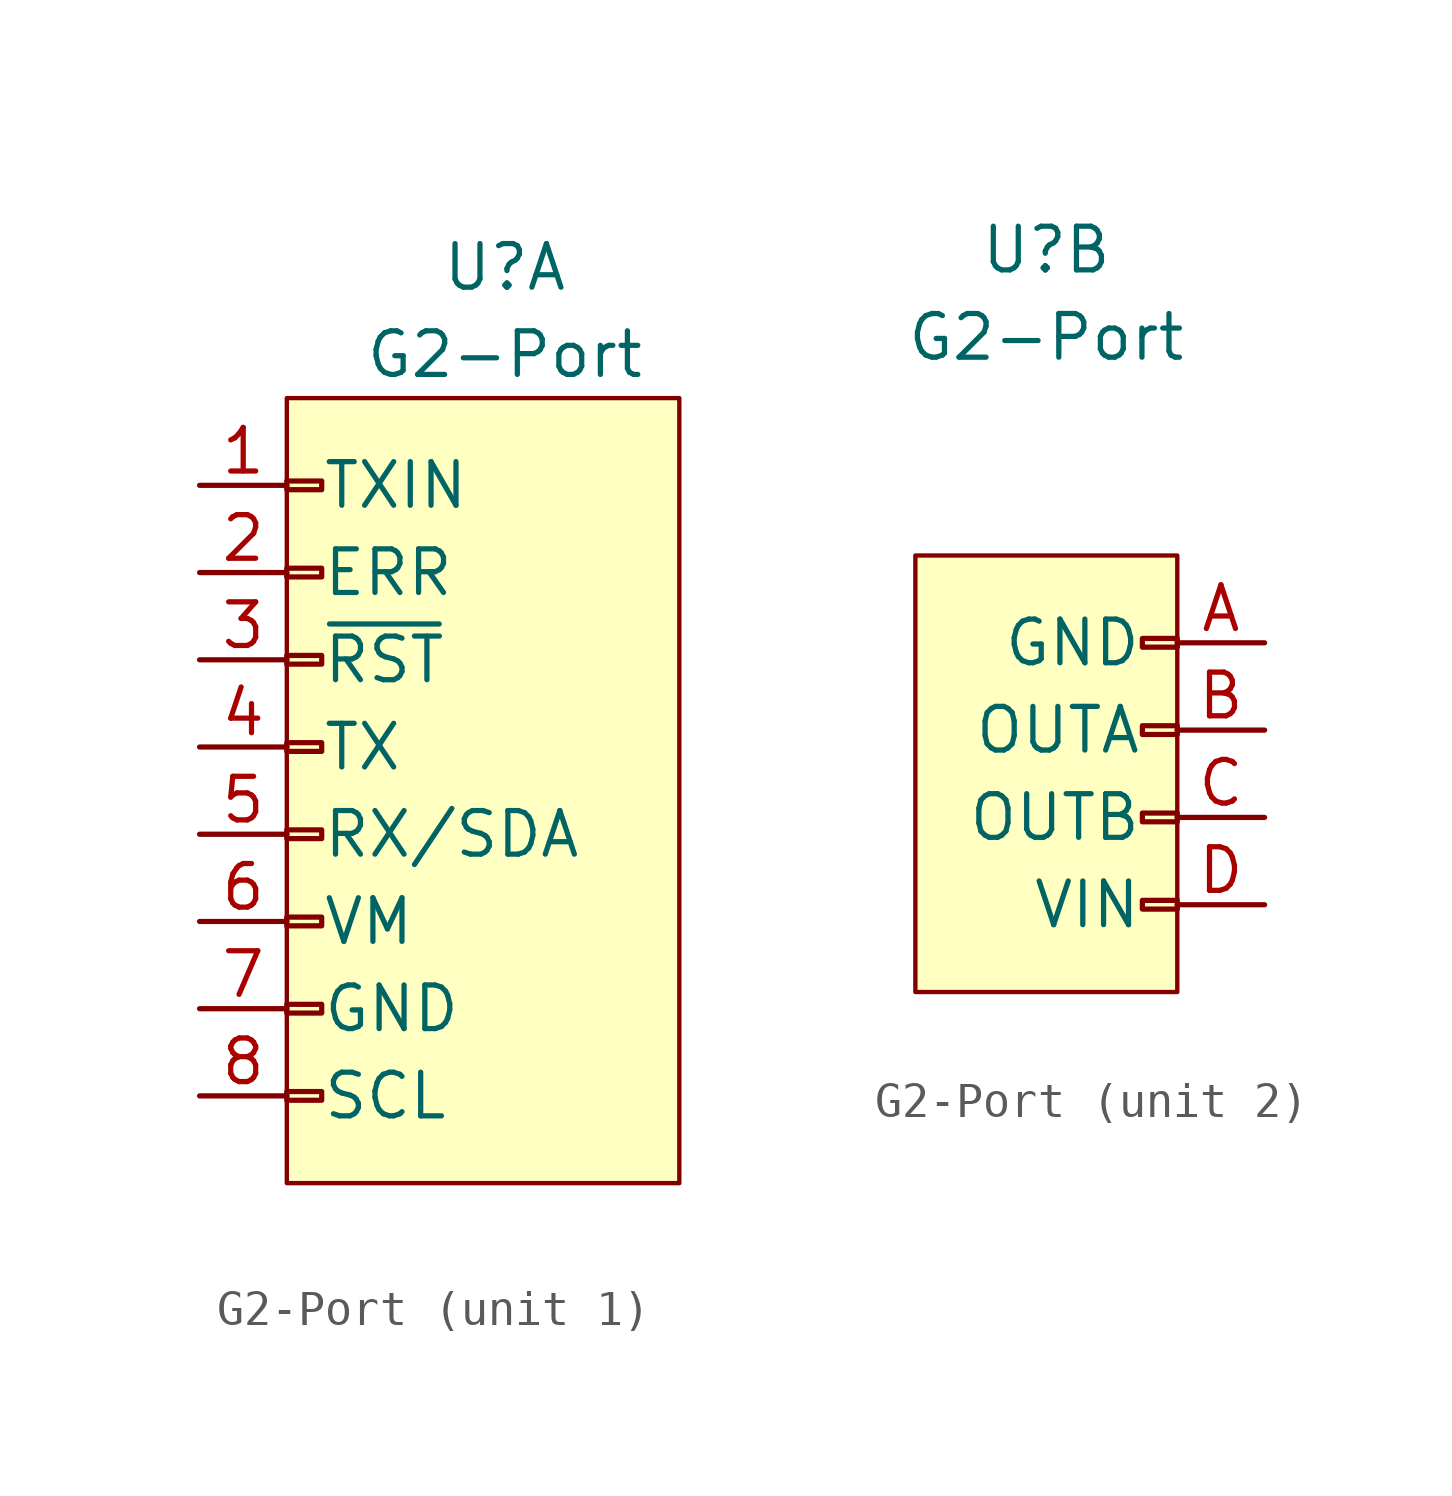
<source format=kicad_sym>
(kicad_symbol_lib
  (version 20220914)
  (generator kicad_symbol_editor)
  (symbol "G2-Port"
    (pin_names
      (offset 1.016))
    (property "Reference" "U"
      (at 0 15.24 0)
      (effects (font (size 1.27 1.27))))
    (property "Value" "G2-Port"
      (at 0 12.7 0)
      (effects (font (size 1.27 1.27))))
    (property "ki_locked" ""
      (at 0 0 0)
      (effects (font (size 1.27 1.27))))
    (symbol "G2-Port_1_1"
      (rectangle (start -6.35 -8.763) (end -5.334 -9.017) (stroke (width 0.152) (type default)) (fill (type none)))
      (rectangle (start -6.35 -6.223) (end -5.334 -6.477) (stroke (width 0.152) (type default)) (fill (type none)))
      (rectangle (start -6.35 -3.683) (end -5.334 -3.937) (stroke (width 0.152) (type default)) (fill (type none)))
      (rectangle (start -6.35 -1.143) (end -5.334 -1.397) (stroke (width 0.152) (type default)) (fill (type none)))
      (rectangle (start -6.35 1.397) (end -5.334 1.143) (stroke (width 0.152) (type default)) (fill (type none)))
      (rectangle (start -6.35 3.937) (end -5.334 3.683) (stroke (width 0.152) (type default)) (fill (type none)))
      (rectangle (start -6.35 6.477) (end -5.334 6.223) (stroke (width 0.152) (type default)) (fill (type none)))
      (rectangle (start -6.35 9.017) (end -5.334 8.763) (stroke (width 0.152) (type default)) (fill (type none)))
      (rectangle (start -6.35 11.43) (end 5.08 -11.43) (stroke (width 0.127) (type default)) (fill (type background)))
      (pin input line (at -8.89 8.89 0) (length 2.54) (name "TXIN" (effects (font (size 1.27 1.27)))) (number "1" (effects (font (size 1.27 1.27)))))
      (pin bidirectional line (at -8.89 6.35 0) (length 2.54) (name "ERR" (effects (font (size 1.27 1.27)))) (number "2" (effects (font (size 1.27 1.27)))))
      (pin input line (at -8.89 3.81 0) (length 2.54) (name "~{RST}" (effects (font (size 1.27 1.27)))) (number "3" (effects (font (size 1.27 1.27)))))
      (pin output line (at -8.89 1.27 0) (length 2.54) (name "TX" (effects (font (size 1.27 1.27)))) (number "4" (effects (font (size 1.27 1.27)))))
      (pin bidirectional line (at -8.89 -1.27 0) (length 2.54) (name "RX/SDA" (effects (font (size 1.27 1.27)))) (number "5" (effects (font (size 1.27 1.27)))))
      (pin power_out line (at -8.89 -3.81 0) (length 2.54) (name "VM" (effects (font (size 1.27 1.27)))) (number "6" (effects (font (size 1.27 1.27)))))
      (pin passive line (at -8.89 -6.35 0) (length 2.54) (name "GND" (effects (font (size 1.27 1.27)))) (number "7" (effects (font (size 1.27 1.27)))))
      (pin bidirectional line (at -8.89 -8.89 0) (length 2.54) (name "SCL" (effects (font (size 1.27 1.27)))) (number "8" (effects (font (size 1.27 1.27))))))
    (symbol "G2-Port_2_1"
      (rectangle (start -3.81 6.35) (end 3.81 -6.35) (stroke (width 0.127) (type default)) (fill (type background)))
      (rectangle (start 2.794 -3.683) (end 3.81 -3.937) (stroke (width 0.152) (type default)) (fill (type none)))
      (rectangle (start 2.794 -1.143) (end 3.81 -1.397) (stroke (width 0.152) (type default)) (fill (type none)))
      (rectangle (start 2.794 1.397) (end 3.81 1.143) (stroke (width 0.152) (type default)) (fill (type none)))
      (rectangle (start 2.794 3.937) (end 3.81 3.683) (stroke (width 0.152) (type default)) (fill (type none)))
      (pin passive line (at 6.35 3.81 180) (length 2.54) (name "GND" (effects (font (size 1.27 1.27)))) (number "A" (effects (font (size 1.27 1.27)))))
      (pin power_out line (at 6.35 1.27 180) (length 2.54) (name "OUTA" (effects (font (size 1.27 1.27)))) (number "B" (effects (font (size 1.27 1.27)))))
      (pin power_out line (at 6.35 -1.27 180) (length 2.54) (name "OUTB" (effects (font (size 1.27 1.27)))) (number "C" (effects (font (size 1.27 1.27)))))
      (pin power_in line (at 6.35 -3.81 180) (length 2.54) (name "VIN" (effects (font (size 1.27 1.27)))) (number "D" (effects (font (size 1.27 1.27))))))))
</source>
